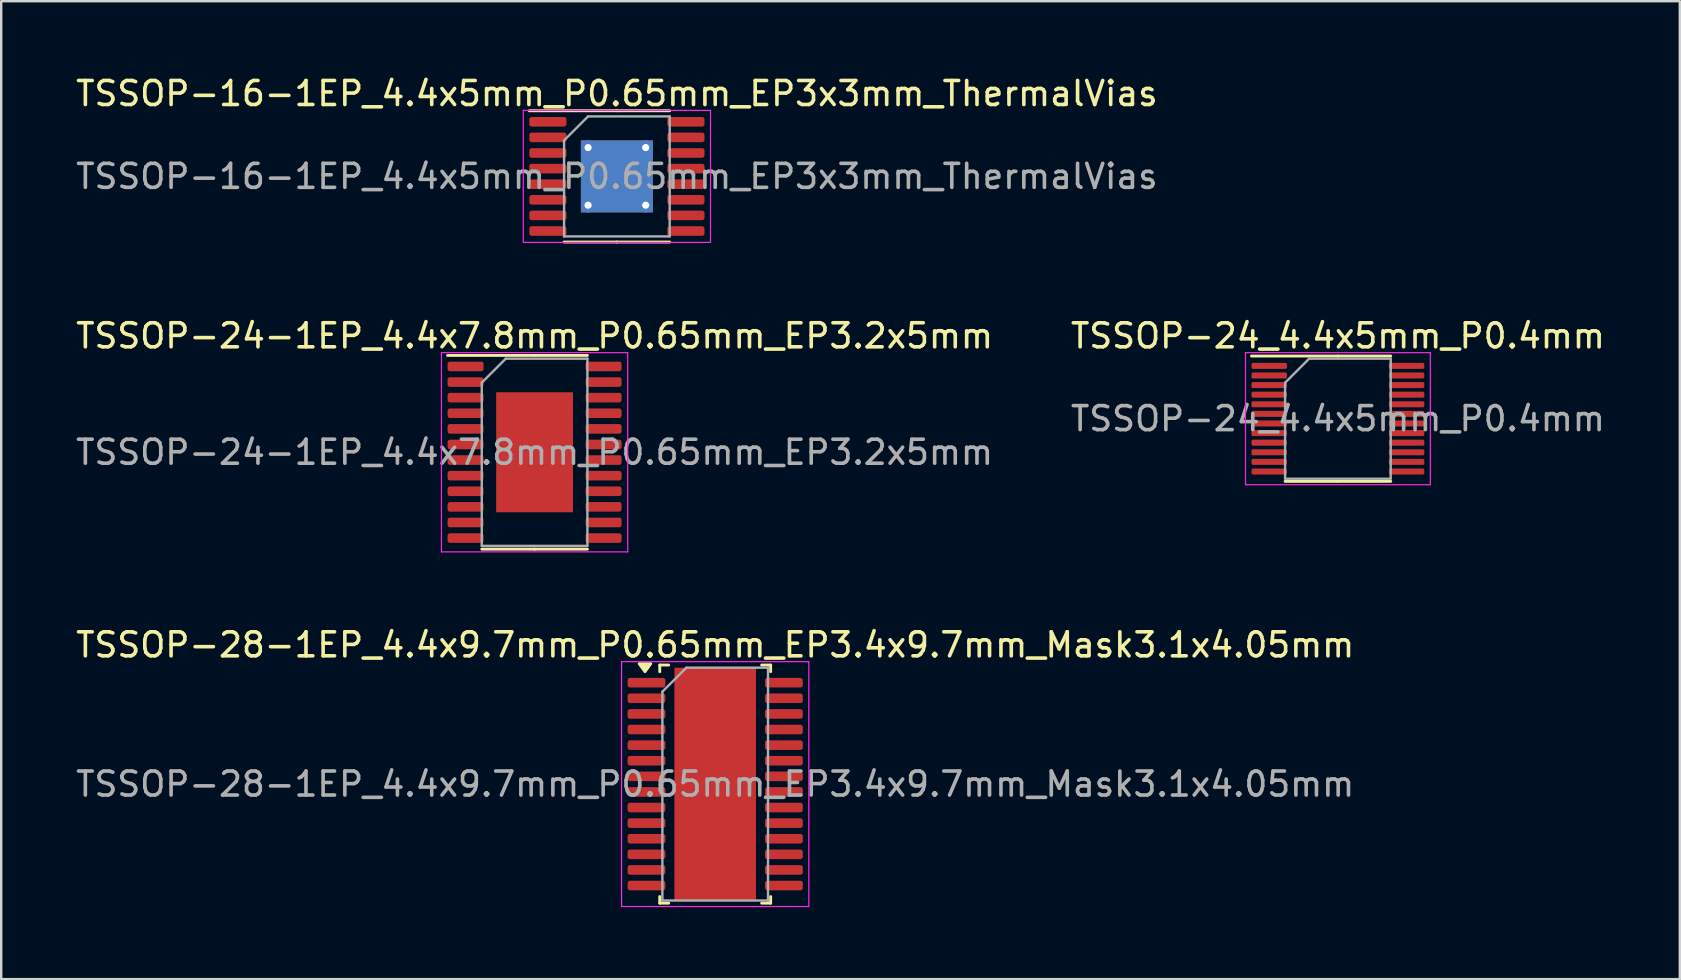
<source format=kicad_pcb>
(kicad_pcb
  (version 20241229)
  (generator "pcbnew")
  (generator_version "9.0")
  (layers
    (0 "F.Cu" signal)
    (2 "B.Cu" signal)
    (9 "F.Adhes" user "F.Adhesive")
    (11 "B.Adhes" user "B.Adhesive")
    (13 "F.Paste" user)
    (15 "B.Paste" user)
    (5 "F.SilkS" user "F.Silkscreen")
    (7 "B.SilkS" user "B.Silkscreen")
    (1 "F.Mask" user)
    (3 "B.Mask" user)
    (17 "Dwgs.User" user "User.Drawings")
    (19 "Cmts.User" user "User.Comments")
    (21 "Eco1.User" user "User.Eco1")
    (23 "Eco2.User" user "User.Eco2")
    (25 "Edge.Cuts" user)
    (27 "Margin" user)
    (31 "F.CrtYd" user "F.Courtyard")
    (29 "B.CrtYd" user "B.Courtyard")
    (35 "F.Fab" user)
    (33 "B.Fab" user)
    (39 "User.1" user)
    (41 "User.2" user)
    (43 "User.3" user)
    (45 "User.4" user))
  (footprint "TSSOP-24_4.4x5mm_P0.4mm"
    (layer "F.Cu")
    (at 52.685 14.392)
    (property "Reference" "TSSOP-24_4.4x5mm_P0.4mm" (at 0 -3.45 0) (layer "F.SilkS") (effects (font (size 1 1) (thickness 0.15))))
    (attr smd)
    (fp_line (start 0 -2.61) (end -3.6 -2.61) (stroke (width 0.12) (type solid)) (layer "F.SilkS"))
    (fp_line (start 0 -2.61) (end 2.2 -2.61) (stroke (width 0.12) (type solid)) (layer "F.SilkS"))
    (fp_line (start 0 2.61) (end -2.2 2.61) (stroke (width 0.12) (type solid)) (layer "F.SilkS"))
    (fp_line (start 0 2.61) (end 2.2 2.61) (stroke (width 0.12) (type solid)) (layer "F.SilkS"))
    (fp_line (start -3.85 -2.75) (end -3.85 2.75) (stroke (width 0.05) (type solid)) (layer "F.CrtYd"))
    (fp_line (start -3.85 2.75) (end 3.85 2.75) (stroke (width 0.05) (type solid)) (layer "F.CrtYd"))
    (fp_line (start 3.85 -2.75) (end -3.85 -2.75) (stroke (width 0.05) (type solid)) (layer "F.CrtYd"))
    (fp_line (start 3.85 2.75) (end 3.85 -2.75) (stroke (width 0.05) (type solid)) (layer "F.CrtYd"))
    (fp_line (start -2.2 -1.5) (end -1.2 -2.5) (stroke (width 0.1) (type solid)) (layer "F.Fab"))
    (fp_line (start -2.2 2.5) (end -2.2 -1.5) (stroke (width 0.1) (type solid)) (layer "F.Fab"))
    (fp_line (start -1.2 -2.5) (end 2.2 -2.5) (stroke (width 0.1) (type solid)) (layer "F.Fab"))
    (fp_line (start 2.2 -2.5) (end 2.2 2.5) (stroke (width 0.1) (type solid)) (layer "F.Fab"))
    (fp_line (start 2.2 2.5) (end -2.2 2.5) (stroke (width 0.1) (type solid)) (layer "F.Fab"))
    (fp_text user "${REFERENCE}" (at 0 0 0) (layer "F.Fab") (effects (font (size 1 1) (thickness 0.15))))
    (pad "1" smd roundrect (at -2.862 -2.2) (size 1.475 0.25) (layers "F.Cu" "F.Mask" "F.Paste") (roundrect_rratio 0.25))
    (pad "2" smd roundrect (at -2.862 -1.8) (size 1.475 0.25) (layers "F.Cu" "F.Mask" "F.Paste") (roundrect_rratio 0.25))
    (pad "3" smd roundrect (at -2.862 -1.4) (size 1.475 0.25) (layers "F.Cu" "F.Mask" "F.Paste") (roundrect_rratio 0.25))
    (pad "4" smd roundrect (at -2.862 -1) (size 1.475 0.25) (layers "F.Cu" "F.Mask" "F.Paste") (roundrect_rratio 0.25))
    (pad "5" smd roundrect (at -2.862 -0.6) (size 1.475 0.25) (layers "F.Cu" "F.Mask" "F.Paste") (roundrect_rratio 0.25))
    (pad "6" smd roundrect (at -2.862 -0.2) (size 1.475 0.25) (layers "F.Cu" "F.Mask" "F.Paste") (roundrect_rratio 0.25))
    (pad "7" smd roundrect (at -2.862 0.2) (size 1.475 0.25) (layers "F.Cu" "F.Mask" "F.Paste") (roundrect_rratio 0.25))
    (pad "8" smd roundrect (at -2.862 0.6) (size 1.475 0.25) (layers "F.Cu" "F.Mask" "F.Paste") (roundrect_rratio 0.25))
    (pad "9" smd roundrect (at -2.862 1) (size 1.475 0.25) (layers "F.Cu" "F.Mask" "F.Paste") (roundrect_rratio 0.25))
    (pad "10" smd roundrect (at -2.862 1.4) (size 1.475 0.25) (layers "F.Cu" "F.Mask" "F.Paste") (roundrect_rratio 0.25))
    (pad "11" smd roundrect (at -2.862 1.8) (size 1.475 0.25) (layers "F.Cu" "F.Mask" "F.Paste") (roundrect_rratio 0.25))
    (pad "12" smd roundrect (at -2.862 2.2) (size 1.475 0.25) (layers "F.Cu" "F.Mask" "F.Paste") (roundrect_rratio 0.25))
    (pad "13" smd roundrect (at 2.862 2.2) (size 1.475 0.25) (layers "F.Cu" "F.Mask" "F.Paste") (roundrect_rratio 0.25))
    (pad "14" smd roundrect (at 2.862 1.8) (size 1.475 0.25) (layers "F.Cu" "F.Mask" "F.Paste") (roundrect_rratio 0.25))
    (pad "15" smd roundrect (at 2.862 1.4) (size 1.475 0.25) (layers "F.Cu" "F.Mask" "F.Paste") (roundrect_rratio 0.25))
    (pad "16" smd roundrect (at 2.862 1) (size 1.475 0.25) (layers "F.Cu" "F.Mask" "F.Paste") (roundrect_rratio 0.25))
    (pad "17" smd roundrect (at 2.862 0.6) (size 1.475 0.25) (layers "F.Cu" "F.Mask" "F.Paste") (roundrect_rratio 0.25))
    (pad "18" smd roundrect (at 2.862 0.2) (size 1.475 0.25) (layers "F.Cu" "F.Mask" "F.Paste") (roundrect_rratio 0.25))
    (pad "19" smd roundrect (at 2.862 -0.2) (size 1.475 0.25) (layers "F.Cu" "F.Mask" "F.Paste") (roundrect_rratio 0.25))
    (pad "20" smd roundrect (at 2.862 -0.6) (size 1.475 0.25) (layers "F.Cu" "F.Mask" "F.Paste") (roundrect_rratio 0.25))
    (pad "21" smd roundrect (at 2.862 -1) (size 1.475 0.25) (layers "F.Cu" "F.Mask" "F.Paste") (roundrect_rratio 0.25))
    (pad "22" smd roundrect (at 2.862 -1.4) (size 1.475 0.25) (layers "F.Cu" "F.Mask" "F.Paste") (roundrect_rratio 0.25))
    (pad "23" smd roundrect (at 2.862 -1.8) (size 1.475 0.25) (layers "F.Cu" "F.Mask" "F.Paste") (roundrect_rratio 0.25))
    (pad "24" smd roundrect (at 2.862 -2.2) (size 1.475 0.25) (layers "F.Cu" "F.Mask" "F.Paste") (roundrect_rratio 0.25)))
  (footprint "TSSOP-28-1EP_4.4x9.7mm_P0.65mm_EP3.4x9.7mm_Mask3.1x4.05mm"
    (layer "F.Cu")
    (at 26.744 29.615)
    (property "Reference" "TSSOP-28-1EP_4.4x9.7mm_P0.65mm_EP3.4x9.7mm_Mask3.1x4.05mm" (at 0 -5.8 0) (layer "F.SilkS") (effects (font (size 1 1) (thickness 0.15))))
    (attr smd)
    (fp_line (start -2.31 -4.96) (end -2.31 -4.685) (stroke (width 0.12) (type solid)) (layer "F.SilkS"))
    (fp_line (start -2.31 4.96) (end -2.31 4.685) (stroke (width 0.12) (type solid)) (layer "F.SilkS"))
    (fp_line (start -1.936 -4.96) (end -2.31 -4.96) (stroke (width 0.12) (type solid)) (layer "F.SilkS"))
    (fp_line (start -1.936 4.96) (end -2.31 4.96) (stroke (width 0.12) (type solid)) (layer "F.SilkS"))
    (fp_line (start 1.936 -4.96) (end 2.31 -4.96) (stroke (width 0.12) (type solid)) (layer "F.SilkS"))
    (fp_line (start 1.936 4.96) (end 2.31 4.96) (stroke (width 0.12) (type solid)) (layer "F.SilkS"))
    (fp_line (start 2.31 -4.96) (end 2.31 -4.685) (stroke (width 0.12) (type solid)) (layer "F.SilkS"))
    (fp_line (start 2.31 4.96) (end 2.31 4.685) (stroke (width 0.12) (type solid)) (layer "F.SilkS"))
    (fp_poly (pts (xy -2.925 -4.685) (xy -3.165 -5.015) (xy -2.685 -5.015) (xy -2.925 -4.685)) (stroke (width 0.12) (type solid)) (fill yes) (layer "F.SilkS"))
    (fp_line (start -3.9 -5.1) (end -3.9 5.1) (stroke (width 0.05) (type solid)) (layer "F.CrtYd"))
    (fp_line (start -3.9 5.1) (end 3.9 5.1) (stroke (width 0.05) (type solid)) (layer "F.CrtYd"))
    (fp_line (start 3.9 -5.1) (end -3.9 -5.1) (stroke (width 0.05) (type solid)) (layer "F.CrtYd"))
    (fp_line (start 3.9 5.1) (end 3.9 -5.1) (stroke (width 0.05) (type solid)) (layer "F.CrtYd"))
    (fp_line (start -2.2 -3.85) (end -1.2 -4.85) (stroke (width 0.1) (type solid)) (layer "F.Fab"))
    (fp_line (start -2.2 4.85) (end -2.2 -3.85) (stroke (width 0.1) (type solid)) (layer "F.Fab"))
    (fp_line (start -1.2 -4.85) (end 2.2 -4.85) (stroke (width 0.1) (type solid)) (layer "F.Fab"))
    (fp_line (start 2.2 -4.85) (end 2.2 4.85) (stroke (width 0.1) (type solid)) (layer "F.Fab"))
    (fp_line (start 2.2 4.85) (end -2.2 4.85) (stroke (width 0.1) (type solid)) (layer "F.Fab"))
    (fp_text user "${REFERENCE}" (at 0 0 0) (layer "F.Fab") (effects (font (size 1 1) (thickness 0.15))))
    (pad "" smd roundrect (at 0 0) (size 2.5 3.27) (layers "F.Paste") (roundrect_rratio 0.1))
    (pad "" smd rect (at 0 0) (size 3.1 4.05) (layers "F.Mask"))
    (pad "1" smd roundrect (at -2.862 -4.225) (size 1.575 0.4) (layers "F.Cu" "F.Mask" "F.Paste") (roundrect_rratio 0.25))
    (pad "2" smd roundrect (at -2.862 -3.575) (size 1.575 0.4) (layers "F.Cu" "F.Mask" "F.Paste") (roundrect_rratio 0.25))
    (pad "3" smd roundrect (at -2.862 -2.925) (size 1.575 0.4) (layers "F.Cu" "F.Mask" "F.Paste") (roundrect_rratio 0.25))
    (pad "4" smd roundrect (at -2.862 -2.275) (size 1.575 0.4) (layers "F.Cu" "F.Mask" "F.Paste") (roundrect_rratio 0.25))
    (pad "5" smd roundrect (at -2.862 -1.625) (size 1.575 0.4) (layers "F.Cu" "F.Mask" "F.Paste") (roundrect_rratio 0.25))
    (pad "6" smd roundrect (at -2.862 -0.975) (size 1.575 0.4) (layers "F.Cu" "F.Mask" "F.Paste") (roundrect_rratio 0.25))
    (pad "7" smd roundrect (at -2.862 -0.325) (size 1.575 0.4) (layers "F.Cu" "F.Mask" "F.Paste") (roundrect_rratio 0.25))
    (pad "8" smd roundrect (at -2.862 0.325) (size 1.575 0.4) (layers "F.Cu" "F.Mask" "F.Paste") (roundrect_rratio 0.25))
    (pad "9" smd roundrect (at -2.862 0.975) (size 1.575 0.4) (layers "F.Cu" "F.Mask" "F.Paste") (roundrect_rratio 0.25))
    (pad "10" smd roundrect (at -2.862 1.625) (size 1.575 0.4) (layers "F.Cu" "F.Mask" "F.Paste") (roundrect_rratio 0.25))
    (pad "11" smd roundrect (at -2.862 2.275) (size 1.575 0.4) (layers "F.Cu" "F.Mask" "F.Paste") (roundrect_rratio 0.25))
    (pad "12" smd roundrect (at -2.862 2.925) (size 1.575 0.4) (layers "F.Cu" "F.Mask" "F.Paste") (roundrect_rratio 0.25))
    (pad "13" smd roundrect (at -2.862 3.575) (size 1.575 0.4) (layers "F.Cu" "F.Mask" "F.Paste") (roundrect_rratio 0.25))
    (pad "14" smd roundrect (at -2.862 4.225) (size 1.575 0.4) (layers "F.Cu" "F.Mask" "F.Paste") (roundrect_rratio 0.25))
    (pad "15" smd roundrect (at 2.862 4.225) (size 1.575 0.4) (layers "F.Cu" "F.Mask" "F.Paste") (roundrect_rratio 0.25))
    (pad "16" smd roundrect (at 2.862 3.575) (size 1.575 0.4) (layers "F.Cu" "F.Mask" "F.Paste") (roundrect_rratio 0.25))
    (pad "17" smd roundrect (at 2.862 2.925) (size 1.575 0.4) (layers "F.Cu" "F.Mask" "F.Paste") (roundrect_rratio 0.25))
    (pad "18" smd roundrect (at 2.862 2.275) (size 1.575 0.4) (layers "F.Cu" "F.Mask" "F.Paste") (roundrect_rratio 0.25))
    (pad "19" smd roundrect (at 2.862 1.625) (size 1.575 0.4) (layers "F.Cu" "F.Mask" "F.Paste") (roundrect_rratio 0.25))
    (pad "20" smd roundrect (at 2.862 0.975) (size 1.575 0.4) (layers "F.Cu" "F.Mask" "F.Paste") (roundrect_rratio 0.25))
    (pad "21" smd roundrect (at 2.862 0.325) (size 1.575 0.4) (layers "F.Cu" "F.Mask" "F.Paste") (roundrect_rratio 0.25))
    (pad "22" smd roundrect (at 2.862 -0.325) (size 1.575 0.4) (layers "F.Cu" "F.Mask" "F.Paste") (roundrect_rratio 0.25))
    (pad "23" smd roundrect (at 2.862 -0.975) (size 1.575 0.4) (layers "F.Cu" "F.Mask" "F.Paste") (roundrect_rratio 0.25))
    (pad "24" smd roundrect (at 2.862 -1.625) (size 1.575 0.4) (layers "F.Cu" "F.Mask" "F.Paste") (roundrect_rratio 0.25))
    (pad "25" smd roundrect (at 2.862 -2.275) (size 1.575 0.4) (layers "F.Cu" "F.Mask" "F.Paste") (roundrect_rratio 0.25))
    (pad "26" smd roundrect (at 2.862 -2.925) (size 1.575 0.4) (layers "F.Cu" "F.Mask" "F.Paste") (roundrect_rratio 0.25))
    (pad "27" smd roundrect (at 2.862 -3.575) (size 1.575 0.4) (layers "F.Cu" "F.Mask" "F.Paste") (roundrect_rratio 0.25))
    (pad "28" smd roundrect (at 2.862 -4.225) (size 1.575 0.4) (layers "F.Cu" "F.Mask" "F.Paste") (roundrect_rratio 0.25))
    (pad "29" smd rect (at 0 0) (size 3.4 9.7) (property pad_prop_heatsink) (layers "F.Cu")))
  (footprint "TSSOP-16-1EP_4.4x5mm_P0.65mm_EP3x3mm_ThermalVias"
    (layer "F.Cu")
    (at 22.649 4.298)
    (property "Reference" "TSSOP-16-1EP_4.4x5mm_P0.65mm_EP3x3mm_ThermalVias" (at 0 -3.45 0) (layer "F.SilkS") (effects (font (size 1 1) (thickness 0.15))))
    (attr smd)
    (fp_line (start 0 -2.735) (end -3.65 -2.735) (stroke (width 0.12) (type solid)) (layer "F.SilkS"))
    (fp_line (start 0 -2.735) (end 2.2 -2.735) (stroke (width 0.12) (type solid)) (layer "F.SilkS"))
    (fp_line (start 0 2.735) (end -2.2 2.735) (stroke (width 0.12) (type solid)) (layer "F.SilkS"))
    (fp_line (start 0 2.735) (end 2.2 2.735) (stroke (width 0.12) (type solid)) (layer "F.SilkS"))
    (fp_line (start -3.9 -2.75) (end -3.9 2.75) (stroke (width 0.05) (type solid)) (layer "F.CrtYd"))
    (fp_line (start -3.9 2.75) (end 3.9 2.75) (stroke (width 0.05) (type solid)) (layer "F.CrtYd"))
    (fp_line (start 3.9 -2.75) (end -3.9 -2.75) (stroke (width 0.05) (type solid)) (layer "F.CrtYd"))
    (fp_line (start 3.9 2.75) (end 3.9 -2.75) (stroke (width 0.05) (type solid)) (layer "F.CrtYd"))
    (fp_line (start -2.2 -1.5) (end -1.2 -2.5) (stroke (width 0.1) (type solid)) (layer "F.Fab"))
    (fp_line (start -2.2 2.5) (end -2.2 -1.5) (stroke (width 0.1) (type solid)) (layer "F.Fab"))
    (fp_line (start -1.2 -2.5) (end 2.2 -2.5) (stroke (width 0.1) (type solid)) (layer "F.Fab"))
    (fp_line (start 2.2 -2.5) (end 2.2 2.5) (stroke (width 0.1) (type solid)) (layer "F.Fab"))
    (fp_line (start 2.2 2.5) (end -2.2 2.5) (stroke (width 0.1) (type solid)) (layer "F.Fab"))
    (fp_text user "${REFERENCE}" (at 0 0 0) (layer "F.Fab") (effects (font (size 1 1) (thickness 0.15))))
    (pad "" smd roundrect (at -0.75 -0.75) (size 1.21 1.21) (layers "F.Paste") (roundrect_rratio 0.207))
    (pad "" smd roundrect (at -0.75 0.75) (size 1.21 1.21) (layers "F.Paste") (roundrect_rratio 0.207))
    (pad "" smd roundrect (at 0.75 -0.75) (size 1.21 1.21) (layers "F.Paste") (roundrect_rratio 0.207))
    (pad "" smd roundrect (at 0.75 0.75) (size 1.21 1.21) (layers "F.Paste") (roundrect_rratio 0.207))
    (pad "1" smd roundrect (at -2.875 -2.275) (size 1.55 0.4) (layers "F.Cu" "F.Mask" "F.Paste") (roundrect_rratio 0.25))
    (pad "2" smd roundrect (at -2.875 -1.625) (size 1.55 0.4) (layers "F.Cu" "F.Mask" "F.Paste") (roundrect_rratio 0.25))
    (pad "3" smd roundrect (at -2.875 -0.975) (size 1.55 0.4) (layers "F.Cu" "F.Mask" "F.Paste") (roundrect_rratio 0.25))
    (pad "4" smd roundrect (at -2.875 -0.325) (size 1.55 0.4) (layers "F.Cu" "F.Mask" "F.Paste") (roundrect_rratio 0.25))
    (pad "5" smd roundrect (at -2.875 0.325) (size 1.55 0.4) (layers "F.Cu" "F.Mask" "F.Paste") (roundrect_rratio 0.25))
    (pad "6" smd roundrect (at -2.875 0.975) (size 1.55 0.4) (layers "F.Cu" "F.Mask" "F.Paste") (roundrect_rratio 0.25))
    (pad "7" smd roundrect (at -2.875 1.625) (size 1.55 0.4) (layers "F.Cu" "F.Mask" "F.Paste") (roundrect_rratio 0.25))
    (pad "8" smd roundrect (at -2.875 2.275) (size 1.55 0.4) (layers "F.Cu" "F.Mask" "F.Paste") (roundrect_rratio 0.25))
    (pad "9" smd roundrect (at 2.875 2.275) (size 1.55 0.4) (layers "F.Cu" "F.Mask" "F.Paste") (roundrect_rratio 0.25))
    (pad "10" smd roundrect (at 2.875 1.625) (size 1.55 0.4) (layers "F.Cu" "F.Mask" "F.Paste") (roundrect_rratio 0.25))
    (pad "11" smd roundrect (at 2.875 0.975) (size 1.55 0.4) (layers "F.Cu" "F.Mask" "F.Paste") (roundrect_rratio 0.25))
    (pad "12" smd roundrect (at 2.875 0.325) (size 1.55 0.4) (layers "F.Cu" "F.Mask" "F.Paste") (roundrect_rratio 0.25))
    (pad "13" smd roundrect (at 2.875 -0.325) (size 1.55 0.4) (layers "F.Cu" "F.Mask" "F.Paste") (roundrect_rratio 0.25))
    (pad "14" smd roundrect (at 2.875 -0.975) (size 1.55 0.4) (layers "F.Cu" "F.Mask" "F.Paste") (roundrect_rratio 0.25))
    (pad "15" smd roundrect (at 2.875 -1.625) (size 1.55 0.4) (layers "F.Cu" "F.Mask" "F.Paste") (roundrect_rratio 0.25))
    (pad "16" smd roundrect (at 2.875 -2.275) (size 1.55 0.4) (layers "F.Cu" "F.Mask" "F.Paste") (roundrect_rratio 0.25))
    (pad "17" thru_hole circle (at -1.2 -1.2) (size 0.6 0.6) (drill 0.3) (layers "*.Cu"))
    (pad "17" thru_hole circle (at -1.2 1.2) (size 0.6 0.6) (drill 0.3) (layers "*.Cu"))
    (pad "17" smd rect (at 0 0) (size 3 3) (layers "F.Cu" "F.Mask"))
    (pad "17" smd rect (at 0 0) (size 3 3) (layers "B.Cu"))
    (pad "17" thru_hole circle (at 1.2 -1.2) (size 0.6 0.6) (drill 0.3) (layers "*.Cu"))
    (pad "17" thru_hole circle (at 1.2 1.2) (size 0.6 0.6) (drill 0.3) (layers "*.Cu")))
  (footprint "TSSOP-24-1EP_4.4x7.8mm_P0.65mm_EP3.2x5mm"
    (layer "F.Cu")
    (at 19.22 15.791)
    (property "Reference" "TSSOP-24-1EP_4.4x7.8mm_P0.65mm_EP3.2x5mm" (at 0 -4.85 0) (layer "F.SilkS") (effects (font (size 1 1) (thickness 0.15))))
    (attr smd)
    (fp_line (start 0 -4.035) (end -3.625 -4.035) (stroke (width 0.12) (type solid)) (layer "F.SilkS"))
    (fp_line (start 0 -4.035) (end 2.2 -4.035) (stroke (width 0.12) (type solid)) (layer "F.SilkS"))
    (fp_line (start 0 4.035) (end -2.2 4.035) (stroke (width 0.12) (type solid)) (layer "F.SilkS"))
    (fp_line (start 0 4.035) (end 2.2 4.035) (stroke (width 0.12) (type solid)) (layer "F.SilkS"))
    (fp_line (start -3.88 -4.15) (end -3.88 4.15) (stroke (width 0.05) (type solid)) (layer "F.CrtYd"))
    (fp_line (start -3.88 4.15) (end 3.88 4.15) (stroke (width 0.05) (type solid)) (layer "F.CrtYd"))
    (fp_line (start 3.88 -4.15) (end -3.88 -4.15) (stroke (width 0.05) (type solid)) (layer "F.CrtYd"))
    (fp_line (start 3.88 4.15) (end 3.88 -4.15) (stroke (width 0.05) (type solid)) (layer "F.CrtYd"))
    (fp_line (start -2.2 -2.9) (end -1.2 -3.9) (stroke (width 0.1) (type solid)) (layer "F.Fab"))
    (fp_line (start -2.2 3.9) (end -2.2 -2.9) (stroke (width 0.1) (type solid)) (layer "F.Fab"))
    (fp_line (start -1.2 -3.9) (end 2.2 -3.9) (stroke (width 0.1) (type solid)) (layer "F.Fab"))
    (fp_line (start 2.2 -3.9) (end 2.2 3.9) (stroke (width 0.1) (type solid)) (layer "F.Fab"))
    (fp_line (start 2.2 3.9) (end -2.2 3.9) (stroke (width 0.1) (type solid)) (layer "F.Fab"))
    (fp_text user "${REFERENCE}" (at 0 0 0) (layer "F.Fab") (effects (font (size 1 1) (thickness 0.15))))
    (pad "" smd roundrect (at -0.8 -1.67) (size 1.29 1.34) (layers "F.Paste") (roundrect_rratio 0.194))
    (pad "" smd roundrect (at -0.8 0) (size 1.29 1.34) (layers "F.Paste") (roundrect_rratio 0.194))
    (pad "" smd roundrect (at -0.8 1.67) (size 1.29 1.34) (layers "F.Paste") (roundrect_rratio 0.194))
    (pad "" smd roundrect (at 0.8 -1.67) (size 1.29 1.34) (layers "F.Paste") (roundrect_rratio 0.194))
    (pad "" smd roundrect (at 0.8 0) (size 1.29 1.34) (layers "F.Paste") (roundrect_rratio 0.194))
    (pad "" smd roundrect (at 0.8 1.67) (size 1.29 1.34) (layers "F.Paste") (roundrect_rratio 0.194))
    (pad "1" smd roundrect (at -2.875 -3.575) (size 1.5 0.4) (layers "F.Cu" "F.Mask" "F.Paste") (roundrect_rratio 0.25))
    (pad "2" smd roundrect (at -2.875 -2.925) (size 1.5 0.4) (layers "F.Cu" "F.Mask" "F.Paste") (roundrect_rratio 0.25))
    (pad "3" smd roundrect (at -2.875 -2.275) (size 1.5 0.4) (layers "F.Cu" "F.Mask" "F.Paste") (roundrect_rratio 0.25))
    (pad "4" smd roundrect (at -2.875 -1.625) (size 1.5 0.4) (layers "F.Cu" "F.Mask" "F.Paste") (roundrect_rratio 0.25))
    (pad "5" smd roundrect (at -2.875 -0.975) (size 1.5 0.4) (layers "F.Cu" "F.Mask" "F.Paste") (roundrect_rratio 0.25))
    (pad "6" smd roundrect (at -2.875 -0.325) (size 1.5 0.4) (layers "F.Cu" "F.Mask" "F.Paste") (roundrect_rratio 0.25))
    (pad "7" smd roundrect (at -2.875 0.325) (size 1.5 0.4) (layers "F.Cu" "F.Mask" "F.Paste") (roundrect_rratio 0.25))
    (pad "8" smd roundrect (at -2.875 0.975) (size 1.5 0.4) (layers "F.Cu" "F.Mask" "F.Paste") (roundrect_rratio 0.25))
    (pad "9" smd roundrect (at -2.875 1.625) (size 1.5 0.4) (layers "F.Cu" "F.Mask" "F.Paste") (roundrect_rratio 0.25))
    (pad "10" smd roundrect (at -2.875 2.275) (size 1.5 0.4) (layers "F.Cu" "F.Mask" "F.Paste") (roundrect_rratio 0.25))
    (pad "11" smd roundrect (at -2.875 2.925) (size 1.5 0.4) (layers "F.Cu" "F.Mask" "F.Paste") (roundrect_rratio 0.25))
    (pad "12" smd roundrect (at -2.875 3.575) (size 1.5 0.4) (layers "F.Cu" "F.Mask" "F.Paste") (roundrect_rratio 0.25))
    (pad "13" smd roundrect (at 2.875 3.575) (size 1.5 0.4) (layers "F.Cu" "F.Mask" "F.Paste") (roundrect_rratio 0.25))
    (pad "14" smd roundrect (at 2.875 2.925) (size 1.5 0.4) (layers "F.Cu" "F.Mask" "F.Paste") (roundrect_rratio 0.25))
    (pad "15" smd roundrect (at 2.875 2.275) (size 1.5 0.4) (layers "F.Cu" "F.Mask" "F.Paste") (roundrect_rratio 0.25))
    (pad "16" smd roundrect (at 2.875 1.625) (size 1.5 0.4) (layers "F.Cu" "F.Mask" "F.Paste") (roundrect_rratio 0.25))
    (pad "17" smd roundrect (at 2.875 0.975) (size 1.5 0.4) (layers "F.Cu" "F.Mask" "F.Paste") (roundrect_rratio 0.25))
    (pad "18" smd roundrect (at 2.875 0.325) (size 1.5 0.4) (layers "F.Cu" "F.Mask" "F.Paste") (roundrect_rratio 0.25))
    (pad "19" smd roundrect (at 2.875 -0.325) (size 1.5 0.4) (layers "F.Cu" "F.Mask" "F.Paste") (roundrect_rratio 0.25))
    (pad "20" smd roundrect (at 2.875 -0.975) (size 1.5 0.4) (layers "F.Cu" "F.Mask" "F.Paste") (roundrect_rratio 0.25))
    (pad "21" smd roundrect (at 2.875 -1.625) (size 1.5 0.4) (layers "F.Cu" "F.Mask" "F.Paste") (roundrect_rratio 0.25))
    (pad "22" smd roundrect (at 2.875 -2.275) (size 1.5 0.4) (layers "F.Cu" "F.Mask" "F.Paste") (roundrect_rratio 0.25))
    (pad "23" smd roundrect (at 2.875 -2.925) (size 1.5 0.4) (layers "F.Cu" "F.Mask" "F.Paste") (roundrect_rratio 0.25))
    (pad "24" smd roundrect (at 2.875 -3.575) (size 1.5 0.4) (layers "F.Cu" "F.Mask" "F.Paste") (roundrect_rratio 0.25))
    (pad "25" smd rect (at 0 0) (size 3.2 5) (layers "F.Cu" "F.Mask")))
  (gr_rect
    (start -3 -3)
    (end 66.929 37.74)
    (stroke (width 0.1) (type default))
    (fill no)
    (layer "Edge.Cuts")))
</source>
